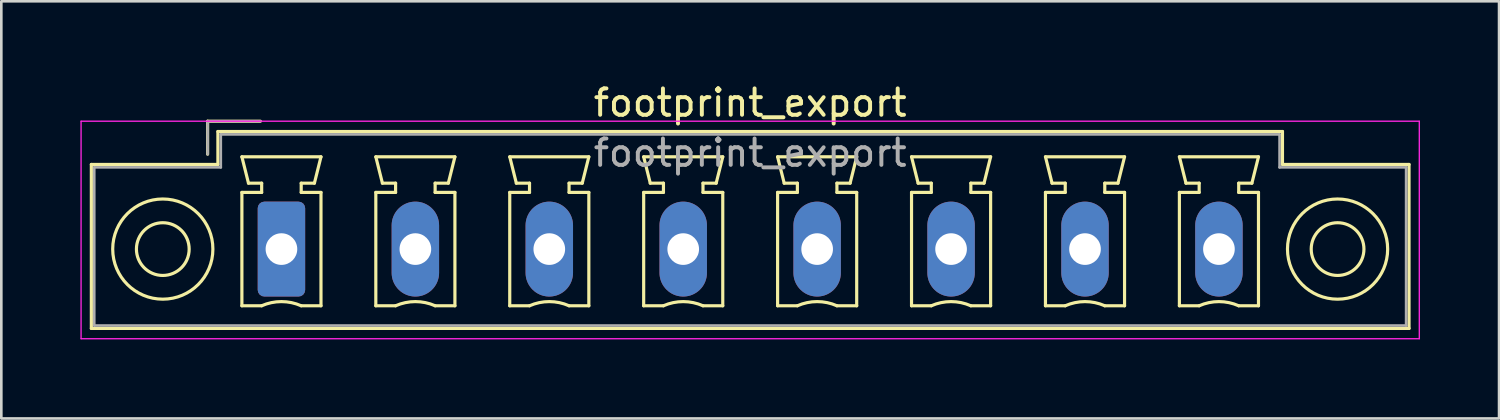
<source format=kicad_pcb>
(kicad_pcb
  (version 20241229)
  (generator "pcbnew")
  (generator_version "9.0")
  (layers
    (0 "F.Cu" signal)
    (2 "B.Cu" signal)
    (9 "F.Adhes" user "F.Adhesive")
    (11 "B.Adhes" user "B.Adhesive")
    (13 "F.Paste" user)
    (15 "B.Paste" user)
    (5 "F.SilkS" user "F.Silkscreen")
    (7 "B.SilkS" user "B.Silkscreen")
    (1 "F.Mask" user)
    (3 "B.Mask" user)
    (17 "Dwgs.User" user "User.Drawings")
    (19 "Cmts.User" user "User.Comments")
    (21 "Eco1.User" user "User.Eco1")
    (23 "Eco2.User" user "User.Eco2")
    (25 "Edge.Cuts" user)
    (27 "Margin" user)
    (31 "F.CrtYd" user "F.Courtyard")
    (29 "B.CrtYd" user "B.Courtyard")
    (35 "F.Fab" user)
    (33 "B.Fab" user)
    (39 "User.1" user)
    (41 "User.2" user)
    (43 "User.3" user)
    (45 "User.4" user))
  (footprint "footprint_export"
    (layer "F.Cu")
    (at 7.625 6.398)
    (property "Reference" "footprint_export" (at 17.78 -5.55 0) (layer "F.SilkS") (effects (font (size 1 1) (thickness 0.15))))
    (attr through_hole)
    (fp_line (start -7.21 -3.21) (end -7.21 3.01) (stroke (width 0.12) (type solid)) (layer "F.SilkS"))
    (fp_line (start -7.21 3.01) (end 42.77 3.01) (stroke (width 0.12) (type solid)) (layer "F.SilkS"))
    (fp_line (start -2.8 -4.85) (end -0.8 -4.85) (stroke (width 0.12) (type solid)) (layer "F.SilkS"))
    (fp_line (start -2.8 -3.6) (end -2.8 -4.85) (stroke (width 0.12) (type solid)) (layer "F.SilkS"))
    (fp_line (start -2.41 -4.46) (end -2.41 -3.21) (stroke (width 0.12) (type solid)) (layer "F.SilkS"))
    (fp_line (start -2.41 -3.21) (end -7.21 -3.21) (stroke (width 0.12) (type solid)) (layer "F.SilkS"))
    (fp_line (start -1.5 -3.5) (end 1.5 -3.5) (stroke (width 0.12) (type solid)) (layer "F.SilkS"))
    (fp_line (start -1.5 -2.15) (end -0.75 -2.15) (stroke (width 0.12) (type solid)) (layer "F.SilkS"))
    (fp_line (start -1.5 2.15) (end -1.5 -2.15) (stroke (width 0.12) (type solid)) (layer "F.SilkS"))
    (fp_line (start -1.25 -2.5) (end -1.5 -3.5) (stroke (width 0.12) (type solid)) (layer "F.SilkS"))
    (fp_line (start -0.75 -2.5) (end -1.25 -2.5) (stroke (width 0.12) (type solid)) (layer "F.SilkS"))
    (fp_line (start -0.75 -2.15) (end -0.75 -2.5) (stroke (width 0.12) (type solid)) (layer "F.SilkS"))
    (fp_line (start -0.75 2.15) (end -1.5 2.15) (stroke (width 0.12) (type solid)) (layer "F.SilkS"))
    (fp_line (start 0.75 -2.5) (end 0.75 -2.15) (stroke (width 0.12) (type solid)) (layer "F.SilkS"))
    (fp_line (start 0.75 -2.15) (end 1.5 -2.15) (stroke (width 0.12) (type solid)) (layer "F.SilkS"))
    (fp_line (start 1.25 -2.5) (end 0.75 -2.5) (stroke (width 0.12) (type solid)) (layer "F.SilkS"))
    (fp_line (start 1.5 -3.5) (end 1.25 -2.5) (stroke (width 0.12) (type solid)) (layer "F.SilkS"))
    (fp_line (start 1.5 -2.15) (end 1.5 2.15) (stroke (width 0.12) (type solid)) (layer "F.SilkS"))
    (fp_line (start 1.5 2.15) (end 0.75 2.15) (stroke (width 0.12) (type solid)) (layer "F.SilkS"))
    (fp_line (start 3.58 -3.5) (end 6.58 -3.5) (stroke (width 0.12) (type solid)) (layer "F.SilkS"))
    (fp_line (start 3.58 -2.15) (end 4.33 -2.15) (stroke (width 0.12) (type solid)) (layer "F.SilkS"))
    (fp_line (start 3.58 2.15) (end 3.58 -2.15) (stroke (width 0.12) (type solid)) (layer "F.SilkS"))
    (fp_line (start 3.83 -2.5) (end 3.58 -3.5) (stroke (width 0.12) (type solid)) (layer "F.SilkS"))
    (fp_line (start 4.33 -2.5) (end 3.83 -2.5) (stroke (width 0.12) (type solid)) (layer "F.SilkS"))
    (fp_line (start 4.33 -2.15) (end 4.33 -2.5) (stroke (width 0.12) (type solid)) (layer "F.SilkS"))
    (fp_line (start 4.33 2.15) (end 3.58 2.15) (stroke (width 0.12) (type solid)) (layer "F.SilkS"))
    (fp_line (start 5.83 -2.5) (end 5.83 -2.15) (stroke (width 0.12) (type solid)) (layer "F.SilkS"))
    (fp_line (start 5.83 -2.15) (end 6.58 -2.15) (stroke (width 0.12) (type solid)) (layer "F.SilkS"))
    (fp_line (start 6.33 -2.5) (end 5.83 -2.5) (stroke (width 0.12) (type solid)) (layer "F.SilkS"))
    (fp_line (start 6.58 -3.5) (end 6.33 -2.5) (stroke (width 0.12) (type solid)) (layer "F.SilkS"))
    (fp_line (start 6.58 -2.15) (end 6.58 2.15) (stroke (width 0.12) (type solid)) (layer "F.SilkS"))
    (fp_line (start 6.58 2.15) (end 5.83 2.15) (stroke (width 0.12) (type solid)) (layer "F.SilkS"))
    (fp_line (start 8.66 -3.5) (end 11.66 -3.5) (stroke (width 0.12) (type solid)) (layer "F.SilkS"))
    (fp_line (start 8.66 -2.15) (end 9.41 -2.15) (stroke (width 0.12) (type solid)) (layer "F.SilkS"))
    (fp_line (start 8.66 2.15) (end 8.66 -2.15) (stroke (width 0.12) (type solid)) (layer "F.SilkS"))
    (fp_line (start 8.91 -2.5) (end 8.66 -3.5) (stroke (width 0.12) (type solid)) (layer "F.SilkS"))
    (fp_line (start 9.41 -2.5) (end 8.91 -2.5) (stroke (width 0.12) (type solid)) (layer "F.SilkS"))
    (fp_line (start 9.41 -2.15) (end 9.41 -2.5) (stroke (width 0.12) (type solid)) (layer "F.SilkS"))
    (fp_line (start 9.41 2.15) (end 8.66 2.15) (stroke (width 0.12) (type solid)) (layer "F.SilkS"))
    (fp_line (start 10.91 -2.5) (end 10.91 -2.15) (stroke (width 0.12) (type solid)) (layer "F.SilkS"))
    (fp_line (start 10.91 -2.15) (end 11.66 -2.15) (stroke (width 0.12) (type solid)) (layer "F.SilkS"))
    (fp_line (start 11.41 -2.5) (end 10.91 -2.5) (stroke (width 0.12) (type solid)) (layer "F.SilkS"))
    (fp_line (start 11.66 -3.5) (end 11.41 -2.5) (stroke (width 0.12) (type solid)) (layer "F.SilkS"))
    (fp_line (start 11.66 -2.15) (end 11.66 2.15) (stroke (width 0.12) (type solid)) (layer "F.SilkS"))
    (fp_line (start 11.66 2.15) (end 10.91 2.15) (stroke (width 0.12) (type solid)) (layer "F.SilkS"))
    (fp_line (start 13.74 -3.5) (end 16.74 -3.5) (stroke (width 0.12) (type solid)) (layer "F.SilkS"))
    (fp_line (start 13.74 -2.15) (end 14.49 -2.15) (stroke (width 0.12) (type solid)) (layer "F.SilkS"))
    (fp_line (start 13.74 2.15) (end 13.74 -2.15) (stroke (width 0.12) (type solid)) (layer "F.SilkS"))
    (fp_line (start 13.99 -2.5) (end 13.74 -3.5) (stroke (width 0.12) (type solid)) (layer "F.SilkS"))
    (fp_line (start 14.49 -2.5) (end 13.99 -2.5) (stroke (width 0.12) (type solid)) (layer "F.SilkS"))
    (fp_line (start 14.49 -2.15) (end 14.49 -2.5) (stroke (width 0.12) (type solid)) (layer "F.SilkS"))
    (fp_line (start 14.49 2.15) (end 13.74 2.15) (stroke (width 0.12) (type solid)) (layer "F.SilkS"))
    (fp_line (start 15.99 -2.5) (end 15.99 -2.15) (stroke (width 0.12) (type solid)) (layer "F.SilkS"))
    (fp_line (start 15.99 -2.15) (end 16.74 -2.15) (stroke (width 0.12) (type solid)) (layer "F.SilkS"))
    (fp_line (start 16.49 -2.5) (end 15.99 -2.5) (stroke (width 0.12) (type solid)) (layer "F.SilkS"))
    (fp_line (start 16.74 -3.5) (end 16.49 -2.5) (stroke (width 0.12) (type solid)) (layer "F.SilkS"))
    (fp_line (start 16.74 -2.15) (end 16.74 2.15) (stroke (width 0.12) (type solid)) (layer "F.SilkS"))
    (fp_line (start 16.74 2.15) (end 15.99 2.15) (stroke (width 0.12) (type solid)) (layer "F.SilkS"))
    (fp_line (start 18.82 -3.5) (end 21.82 -3.5) (stroke (width 0.12) (type solid)) (layer "F.SilkS"))
    (fp_line (start 18.82 -2.15) (end 19.57 -2.15) (stroke (width 0.12) (type solid)) (layer "F.SilkS"))
    (fp_line (start 18.82 2.15) (end 18.82 -2.15) (stroke (width 0.12) (type solid)) (layer "F.SilkS"))
    (fp_line (start 19.07 -2.5) (end 18.82 -3.5) (stroke (width 0.12) (type solid)) (layer "F.SilkS"))
    (fp_line (start 19.57 -2.5) (end 19.07 -2.5) (stroke (width 0.12) (type solid)) (layer "F.SilkS"))
    (fp_line (start 19.57 -2.15) (end 19.57 -2.5) (stroke (width 0.12) (type solid)) (layer "F.SilkS"))
    (fp_line (start 19.57 2.15) (end 18.82 2.15) (stroke (width 0.12) (type solid)) (layer "F.SilkS"))
    (fp_line (start 21.07 -2.5) (end 21.07 -2.15) (stroke (width 0.12) (type solid)) (layer "F.SilkS"))
    (fp_line (start 21.07 -2.15) (end 21.82 -2.15) (stroke (width 0.12) (type solid)) (layer "F.SilkS"))
    (fp_line (start 21.57 -2.5) (end 21.07 -2.5) (stroke (width 0.12) (type solid)) (layer "F.SilkS"))
    (fp_line (start 21.82 -3.5) (end 21.57 -2.5) (stroke (width 0.12) (type solid)) (layer "F.SilkS"))
    (fp_line (start 21.82 -2.15) (end 21.82 2.15) (stroke (width 0.12) (type solid)) (layer "F.SilkS"))
    (fp_line (start 21.82 2.15) (end 21.07 2.15) (stroke (width 0.12) (type solid)) (layer "F.SilkS"))
    (fp_line (start 23.9 -3.5) (end 26.9 -3.5) (stroke (width 0.12) (type solid)) (layer "F.SilkS"))
    (fp_line (start 23.9 -2.15) (end 24.65 -2.15) (stroke (width 0.12) (type solid)) (layer "F.SilkS"))
    (fp_line (start 23.9 2.15) (end 23.9 -2.15) (stroke (width 0.12) (type solid)) (layer "F.SilkS"))
    (fp_line (start 24.15 -2.5) (end 23.9 -3.5) (stroke (width 0.12) (type solid)) (layer "F.SilkS"))
    (fp_line (start 24.65 -2.5) (end 24.15 -2.5) (stroke (width 0.12) (type solid)) (layer "F.SilkS"))
    (fp_line (start 24.65 -2.15) (end 24.65 -2.5) (stroke (width 0.12) (type solid)) (layer "F.SilkS"))
    (fp_line (start 24.65 2.15) (end 23.9 2.15) (stroke (width 0.12) (type solid)) (layer "F.SilkS"))
    (fp_line (start 26.15 -2.5) (end 26.15 -2.15) (stroke (width 0.12) (type solid)) (layer "F.SilkS"))
    (fp_line (start 26.15 -2.15) (end 26.9 -2.15) (stroke (width 0.12) (type solid)) (layer "F.SilkS"))
    (fp_line (start 26.65 -2.5) (end 26.15 -2.5) (stroke (width 0.12) (type solid)) (layer "F.SilkS"))
    (fp_line (start 26.9 -3.5) (end 26.65 -2.5) (stroke (width 0.12) (type solid)) (layer "F.SilkS"))
    (fp_line (start 26.9 -2.15) (end 26.9 2.15) (stroke (width 0.12) (type solid)) (layer "F.SilkS"))
    (fp_line (start 26.9 2.15) (end 26.15 2.15) (stroke (width 0.12) (type solid)) (layer "F.SilkS"))
    (fp_line (start 28.98 -3.5) (end 31.98 -3.5) (stroke (width 0.12) (type solid)) (layer "F.SilkS"))
    (fp_line (start 28.98 -2.15) (end 29.73 -2.15) (stroke (width 0.12) (type solid)) (layer "F.SilkS"))
    (fp_line (start 28.98 2.15) (end 28.98 -2.15) (stroke (width 0.12) (type solid)) (layer "F.SilkS"))
    (fp_line (start 29.23 -2.5) (end 28.98 -3.5) (stroke (width 0.12) (type solid)) (layer "F.SilkS"))
    (fp_line (start 29.73 -2.5) (end 29.23 -2.5) (stroke (width 0.12) (type solid)) (layer "F.SilkS"))
    (fp_line (start 29.73 -2.15) (end 29.73 -2.5) (stroke (width 0.12) (type solid)) (layer "F.SilkS"))
    (fp_line (start 29.73 2.15) (end 28.98 2.15) (stroke (width 0.12) (type solid)) (layer "F.SilkS"))
    (fp_line (start 31.23 -2.5) (end 31.23 -2.15) (stroke (width 0.12) (type solid)) (layer "F.SilkS"))
    (fp_line (start 31.23 -2.15) (end 31.98 -2.15) (stroke (width 0.12) (type solid)) (layer "F.SilkS"))
    (fp_line (start 31.73 -2.5) (end 31.23 -2.5) (stroke (width 0.12) (type solid)) (layer "F.SilkS"))
    (fp_line (start 31.98 -3.5) (end 31.73 -2.5) (stroke (width 0.12) (type solid)) (layer "F.SilkS"))
    (fp_line (start 31.98 -2.15) (end 31.98 2.15) (stroke (width 0.12) (type solid)) (layer "F.SilkS"))
    (fp_line (start 31.98 2.15) (end 31.23 2.15) (stroke (width 0.12) (type solid)) (layer "F.SilkS"))
    (fp_line (start 34.06 -3.5) (end 37.06 -3.5) (stroke (width 0.12) (type solid)) (layer "F.SilkS"))
    (fp_line (start 34.06 -2.15) (end 34.81 -2.15) (stroke (width 0.12) (type solid)) (layer "F.SilkS"))
    (fp_line (start 34.06 2.15) (end 34.06 -2.15) (stroke (width 0.12) (type solid)) (layer "F.SilkS"))
    (fp_line (start 34.31 -2.5) (end 34.06 -3.5) (stroke (width 0.12) (type solid)) (layer "F.SilkS"))
    (fp_line (start 34.81 -2.5) (end 34.31 -2.5) (stroke (width 0.12) (type solid)) (layer "F.SilkS"))
    (fp_line (start 34.81 -2.15) (end 34.81 -2.5) (stroke (width 0.12) (type solid)) (layer "F.SilkS"))
    (fp_line (start 34.81 2.15) (end 34.06 2.15) (stroke (width 0.12) (type solid)) (layer "F.SilkS"))
    (fp_line (start 36.31 -2.5) (end 36.31 -2.15) (stroke (width 0.12) (type solid)) (layer "F.SilkS"))
    (fp_line (start 36.31 -2.15) (end 37.06 -2.15) (stroke (width 0.12) (type solid)) (layer "F.SilkS"))
    (fp_line (start 36.81 -2.5) (end 36.31 -2.5) (stroke (width 0.12) (type solid)) (layer "F.SilkS"))
    (fp_line (start 37.06 -3.5) (end 36.81 -2.5) (stroke (width 0.12) (type solid)) (layer "F.SilkS"))
    (fp_line (start 37.06 -2.15) (end 37.06 2.15) (stroke (width 0.12) (type solid)) (layer "F.SilkS"))
    (fp_line (start 37.06 2.15) (end 36.31 2.15) (stroke (width 0.12) (type solid)) (layer "F.SilkS"))
    (fp_line (start 37.97 -4.46) (end -2.41 -4.46) (stroke (width 0.12) (type solid)) (layer "F.SilkS"))
    (fp_line (start 37.97 -3.21) (end 37.97 -4.46) (stroke (width 0.12) (type solid)) (layer "F.SilkS"))
    (fp_line (start 42.77 -3.21) (end 37.97 -3.21) (stroke (width 0.12) (type solid)) (layer "F.SilkS"))
    (fp_line (start 42.77 3.01) (end 42.77 -3.21) (stroke (width 0.12) (type solid)) (layer "F.SilkS"))
    (fp_arc (start -0.75 2.15) (mid -0.000193 1.99191) (end 0.749647 2.149844) (stroke (width 0.12) (type solid)) (layer "F.SilkS"))
    (fp_arc (start 4.33 2.15) (mid 5.079807 1.99191) (end 5.829647 2.149844) (stroke (width 0.12) (type solid)) (layer "F.SilkS"))
    (fp_arc (start 9.41 2.15) (mid 10.159807 1.99191) (end 10.909647 2.149844) (stroke (width 0.12) (type solid)) (layer "F.SilkS"))
    (fp_arc (start 14.49 2.15) (mid 15.239807 1.99191) (end 15.989647 2.149844) (stroke (width 0.12) (type solid)) (layer "F.SilkS"))
    (fp_arc (start 19.57 2.15) (mid 20.319807 1.99191) (end 21.069647 2.149844) (stroke (width 0.12) (type solid)) (layer "F.SilkS"))
    (fp_arc (start 24.65 2.15) (mid 25.399807 1.99191) (end 26.149647 2.149844) (stroke (width 0.12) (type solid)) (layer "F.SilkS"))
    (fp_arc (start 29.73 2.15) (mid 30.479807 1.99191) (end 31.229647 2.149844) (stroke (width 0.12) (type solid)) (layer "F.SilkS"))
    (fp_arc (start 34.81 2.15) (mid 35.559807 1.99191) (end 36.309647 2.149844) (stroke (width 0.12) (type solid)) (layer "F.SilkS"))
    (fp_circle (center -4.5 0) (end -3.5 0) (stroke (width 0.12) (type solid)) (fill no) (layer "F.SilkS"))
    (fp_circle (center -4.5 0) (end -2.6 0) (stroke (width 0.12) (type solid)) (fill no) (layer "F.SilkS"))
    (fp_circle (center 40.06 0) (end 41.06 0) (stroke (width 0.12) (type solid)) (fill no) (layer "F.SilkS"))
    (fp_circle (center 40.06 0) (end 41.96 0) (stroke (width 0.12) (type solid)) (fill no) (layer "F.SilkS"))
    (fp_line (start -7.6 -4.85) (end -7.6 3.4) (stroke (width 0.05) (type solid)) (layer "F.CrtYd"))
    (fp_line (start -7.6 3.4) (end 43.16 3.4) (stroke (width 0.05) (type solid)) (layer "F.CrtYd"))
    (fp_line (start 43.16 -4.85) (end -7.6 -4.85) (stroke (width 0.05) (type solid)) (layer "F.CrtYd"))
    (fp_line (start 43.16 3.4) (end 43.16 -4.85) (stroke (width 0.05) (type solid)) (layer "F.CrtYd"))
    (fp_line (start -7.1 -3.1) (end -7.1 2.9) (stroke (width 0.1) (type solid)) (layer "F.Fab"))
    (fp_line (start -7.1 2.9) (end 42.66 2.9) (stroke (width 0.1) (type solid)) (layer "F.Fab"))
    (fp_line (start -2.8 -4.85) (end -0.8 -4.85) (stroke (width 0.1) (type solid)) (layer "F.Fab"))
    (fp_line (start -2.8 -3.6) (end -2.8 -4.85) (stroke (width 0.1) (type solid)) (layer "F.Fab"))
    (fp_line (start -2.3 -4.35) (end -2.3 -3.1) (stroke (width 0.1) (type solid)) (layer "F.Fab"))
    (fp_line (start -2.3 -3.1) (end -7.1 -3.1) (stroke (width 0.1) (type solid)) (layer "F.Fab"))
    (fp_line (start 37.86 -4.35) (end -2.3 -4.35) (stroke (width 0.1) (type solid)) (layer "F.Fab"))
    (fp_line (start 37.86 -3.1) (end 37.86 -4.35) (stroke (width 0.1) (type solid)) (layer "F.Fab"))
    (fp_line (start 42.66 -3.1) (end 37.86 -3.1) (stroke (width 0.1) (type solid)) (layer "F.Fab"))
    (fp_line (start 42.66 2.9) (end 42.66 -3.1) (stroke (width 0.1) (type solid)) (layer "F.Fab"))
    (fp_text user "${REFERENCE}" (at 17.78 -3.65 0) (layer "F.Fab") (effects (font (size 1 1) (thickness 0.15))))
    (pad "1" thru_hole roundrect (at 0 0) (size 1.8 3.6) (drill 1.2) (layers "*.Cu" "*.Mask") (roundrect_rratio 0.139))
    (pad "2" thru_hole oval (at 5.08 0) (size 1.8 3.6) (drill 1.2) (layers "*.Cu" "*.Mask"))
    (pad "3" thru_hole oval (at 10.16 0) (size 1.8 3.6) (drill 1.2) (layers "*.Cu" "*.Mask"))
    (pad "4" thru_hole oval (at 15.24 0) (size 1.8 3.6) (drill 1.2) (layers "*.Cu" "*.Mask"))
    (pad "5" thru_hole oval (at 20.32 0) (size 1.8 3.6) (drill 1.2) (layers "*.Cu" "*.Mask"))
    (pad "6" thru_hole oval (at 25.4 0) (size 1.8 3.6) (drill 1.2) (layers "*.Cu" "*.Mask"))
    (pad "7" thru_hole oval (at 30.48 0) (size 1.8 3.6) (drill 1.2) (layers "*.Cu" "*.Mask"))
    (pad "8" thru_hole oval (at 35.56 0) (size 1.8 3.6) (drill 1.2) (layers "*.Cu" "*.Mask")))
  (gr_rect
    (start -3 -3)
    (end 53.81 12.823)
    (stroke (width 0.1) (type default))
    (fill no)
    (layer "Edge.Cuts")))
</source>
